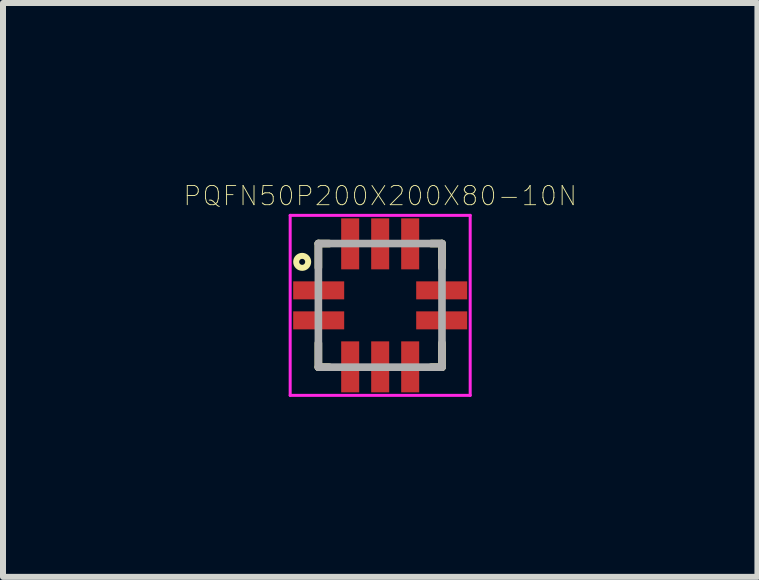
<source format=kicad_pcb>
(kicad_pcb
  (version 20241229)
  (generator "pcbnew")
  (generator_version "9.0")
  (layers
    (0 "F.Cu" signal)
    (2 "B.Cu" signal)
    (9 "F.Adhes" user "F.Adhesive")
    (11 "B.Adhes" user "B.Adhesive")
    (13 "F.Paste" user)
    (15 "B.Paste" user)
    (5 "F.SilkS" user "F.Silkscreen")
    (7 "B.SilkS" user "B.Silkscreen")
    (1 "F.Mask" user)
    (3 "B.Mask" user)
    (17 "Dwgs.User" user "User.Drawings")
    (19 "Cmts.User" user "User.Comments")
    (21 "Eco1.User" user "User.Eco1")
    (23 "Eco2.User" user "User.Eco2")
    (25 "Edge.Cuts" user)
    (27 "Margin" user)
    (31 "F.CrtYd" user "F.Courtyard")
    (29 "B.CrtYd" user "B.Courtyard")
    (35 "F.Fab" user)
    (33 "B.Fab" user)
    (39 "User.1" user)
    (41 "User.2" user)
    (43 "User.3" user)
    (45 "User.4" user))
  (footprint "PQFN50P200X200X80-10N"
    (layer "F.Cu")
    (at 3.286 2.039)
    (property "Reference" "PQFN50P200X200X80-10N" (at 0 -1.825 0) (layer "F.SilkS") (effects (font (size 0.32 0.32) (thickness 0.015))))
    (attr through_hole)
    (fp_line (start -1.03 -1.03) (end -0.85 -1.03) (stroke (width 0.127) (type solid)) (layer "F.SilkS"))
    (fp_line (start -1.03 -0.63) (end -1.03 -1.03) (stroke (width 0.127) (type solid)) (layer "F.SilkS"))
    (fp_line (start -1.03 1.03) (end -1.03 0.63) (stroke (width 0.127) (type solid)) (layer "F.SilkS"))
    (fp_line (start -0.85 1.03) (end -1.03 1.03) (stroke (width 0.127) (type solid)) (layer "F.SilkS"))
    (fp_line (start 0.85 -1.03) (end 1.03 -1.03) (stroke (width 0.127) (type solid)) (layer "F.SilkS"))
    (fp_line (start 0.85 1.03) (end 1.03 1.03) (stroke (width 0.127) (type solid)) (layer "F.SilkS"))
    (fp_line (start 1.03 -1.03) (end 1.03 -0.63) (stroke (width 0.127) (type solid)) (layer "F.SilkS"))
    (fp_line (start 1.03 1.03) (end 1.03 0.63) (stroke (width 0.127) (type solid)) (layer "F.SilkS"))
    (fp_circle (center -1.3 -0.725) (end -1.2 -0.725) (stroke (width 0.1) (type solid)) (fill no) (layer "F.SilkS"))
    (fp_line (start -1.5 -1.5) (end 1.5 -1.5) (stroke (width 0.05) (type solid)) (layer "F.CrtYd"))
    (fp_line (start -1.5 1.5) (end -1.5 -1.5) (stroke (width 0.05) (type solid)) (layer "F.CrtYd"))
    (fp_line (start 1.5 -1.5) (end 1.5 1.5) (stroke (width 0.05) (type solid)) (layer "F.CrtYd"))
    (fp_line (start 1.5 1.5) (end -1.5 1.5) (stroke (width 0.05) (type solid)) (layer "F.CrtYd"))
    (fp_line (start -1.03 -1.03) (end 1.03 -1.03) (stroke (width 0.127) (type solid)) (layer "F.Fab"))
    (fp_line (start -1.03 1.03) (end -1.03 -1.03) (stroke (width 0.127) (type solid)) (layer "F.Fab"))
    (fp_line (start 1.03 -1.03) (end 1.03 1.03) (stroke (width 0.127) (type solid)) (layer "F.Fab"))
    (fp_line (start 1.03 1.03) (end -1.03 1.03) (stroke (width 0.127) (type solid)) (layer "F.Fab"))
    (pad "1" smd rect (at -1.025 -0.25) (size 0.85 0.3) (layers "F.Cu" "F.Mask" "F.Paste"))
    (pad "2" smd rect (at -1.025 0.25) (size 0.85 0.3) (layers "F.Cu" "F.Mask" "F.Paste"))
    (pad "3" smd rect (at -0.5 1.025) (size 0.3 0.85) (layers "F.Cu" "F.Mask" "F.Paste"))
    (pad "4" smd rect (at 0 1.025) (size 0.3 0.85) (layers "F.Cu" "F.Mask" "F.Paste"))
    (pad "5" smd rect (at 0.5 1.025) (size 0.3 0.85) (layers "F.Cu" "F.Mask" "F.Paste"))
    (pad "6" smd rect (at 1.025 0.25) (size 0.85 0.3) (layers "F.Cu" "F.Mask" "F.Paste"))
    (pad "7" smd rect (at 1.025 -0.25) (size 0.85 0.3) (layers "F.Cu" "F.Mask" "F.Paste"))
    (pad "8" smd rect (at 0.5 -1.025) (size 0.3 0.85) (layers "F.Cu" "F.Mask" "F.Paste"))
    (pad "9" smd rect (at 0 -1.025) (size 0.3 0.85) (layers "F.Cu" "F.Mask" "F.Paste"))
    (pad "10" smd rect (at -0.5 -1.025) (size 0.3 0.85) (layers "F.Cu" "F.Mask" "F.Paste")))
  (gr_rect
    (start -3 -3)
    (end 9.573 6.564)
    (stroke (width 0.1) (type default))
    (fill no)
    (layer "Edge.Cuts")))
</source>
